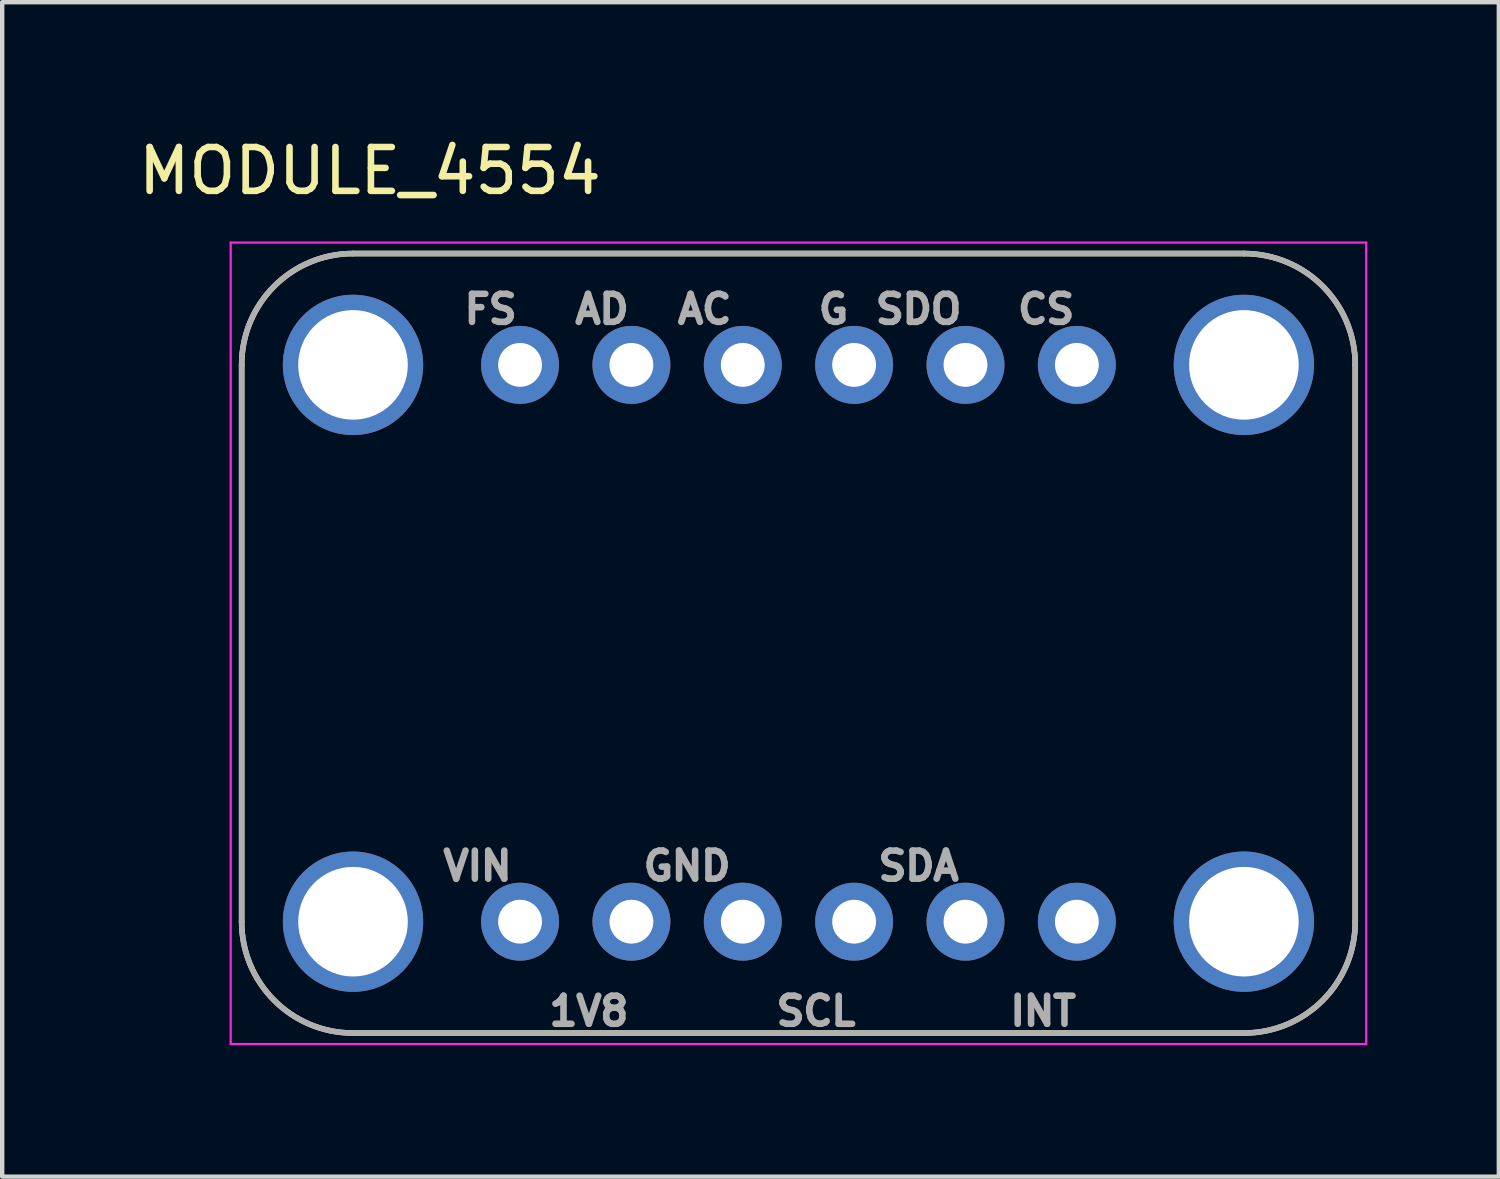
<source format=kicad_pcb>
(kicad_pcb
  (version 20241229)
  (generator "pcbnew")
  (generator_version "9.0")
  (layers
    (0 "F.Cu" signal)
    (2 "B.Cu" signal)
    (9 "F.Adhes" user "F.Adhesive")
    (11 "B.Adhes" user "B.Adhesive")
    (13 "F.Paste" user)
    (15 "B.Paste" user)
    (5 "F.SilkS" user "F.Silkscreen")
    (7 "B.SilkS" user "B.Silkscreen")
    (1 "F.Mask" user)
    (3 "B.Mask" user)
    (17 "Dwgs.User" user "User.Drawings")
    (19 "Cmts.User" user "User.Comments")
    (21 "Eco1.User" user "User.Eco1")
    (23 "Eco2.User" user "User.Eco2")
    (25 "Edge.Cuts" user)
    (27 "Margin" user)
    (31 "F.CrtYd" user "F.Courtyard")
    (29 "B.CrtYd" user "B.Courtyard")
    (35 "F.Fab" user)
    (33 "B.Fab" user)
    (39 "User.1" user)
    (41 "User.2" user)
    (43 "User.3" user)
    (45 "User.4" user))
  (footprint "MODULE_4554"
    (layer "F.Cu")
    (at 15.162 11.623)
    (property "Reference" "MODULE_4554" (at -9.775 -10.775 0) (layer "F.SilkS") (effects (font (size 1 1) (thickness 0.15))))
    (attr through_hole)
    (fp_line (start -12.7 6.35) (end -12.7 -6.35) (stroke (width 0.127) (type solid)) (layer "F.SilkS"))
    (fp_line (start -10.16 -8.89) (end 10.16 -8.89) (stroke (width 0.127) (type solid)) (layer "F.SilkS"))
    (fp_line (start 10.16 8.89) (end -10.16 8.89) (stroke (width 0.127) (type solid)) (layer "F.SilkS"))
    (fp_line (start 12.7 -6.35) (end 12.7 6.35) (stroke (width 0.127) (type solid)) (layer "F.SilkS"))
    (fp_arc (start -12.7 -6.35) (mid -11.956051 -8.146051) (end -10.16 -8.89) (stroke (width 0.127) (type solid)) (layer "F.SilkS"))
    (fp_arc (start -10.16 8.89) (mid -11.956051 8.146051) (end -12.7 6.35) (stroke (width 0.127) (type solid)) (layer "F.SilkS"))
    (fp_arc (start 10.16 -8.89) (mid 11.956051 -8.146051) (end 12.7 -6.35) (stroke (width 0.127) (type solid)) (layer "F.SilkS"))
    (fp_arc (start 12.7 6.35) (mid 11.956051 8.146051) (end 10.16 8.89) (stroke (width 0.127) (type solid)) (layer "F.SilkS"))
    (fp_line (start -12.95 -9.14) (end -12.95 9.14) (stroke (width 0.05) (type solid)) (layer "F.CrtYd"))
    (fp_line (start -12.95 9.14) (end 12.95 9.14) (stroke (width 0.05) (type solid)) (layer "F.CrtYd"))
    (fp_line (start 12.95 -9.14) (end -12.95 -9.14) (stroke (width 0.05) (type solid)) (layer "F.CrtYd"))
    (fp_line (start 12.95 9.14) (end 12.95 -9.14) (stroke (width 0.05) (type solid)) (layer "F.CrtYd"))
    (fp_line (start -12.7 6.35) (end -12.7 -6.35) (stroke (width 0.127) (type solid)) (layer "F.Fab"))
    (fp_line (start -10.16 -8.89) (end 10.16 -8.89) (stroke (width 0.127) (type solid)) (layer "F.Fab"))
    (fp_line (start 10.16 8.89) (end -10.16 8.89) (stroke (width 0.127) (type solid)) (layer "F.Fab"))
    (fp_line (start 12.7 -6.35) (end 12.7 6.35) (stroke (width 0.127) (type solid)) (layer "F.Fab"))
    (fp_arc (start -12.7 -6.35) (mid -11.956051 -8.146051) (end -10.16 -8.89) (stroke (width 0.127) (type solid)) (layer "F.Fab"))
    (fp_arc (start -10.16 8.89) (mid -11.956051 8.146051) (end -12.7 6.35) (stroke (width 0.127) (type solid)) (layer "F.Fab"))
    (fp_arc (start 10.16 -8.89) (mid 11.956051 -8.146051) (end 12.7 -6.35) (stroke (width 0.127) (type solid)) (layer "F.Fab"))
    (fp_arc (start 12.7 6.35) (mid 11.956051 8.146051) (end 10.16 8.89) (stroke (width 0.127) (type solid)) (layer "F.Fab"))
    (fp_text user "GND" (at -2.54 5.08 0) (layer "F.Fab") (effects (font (size 0.64 0.64) (thickness 0.15))))
    (fp_text user "1V8" (at -4.78 8.39 0) (layer "F.Fab") (effects (font (size 0.64 0.64) (thickness 0.15))))
    (fp_text user "AC" (at -2.14 -7.62 0) (layer "F.Fab") (effects (font (size 0.64 0.64) (thickness 0.15))))
    (fp_text user "INT" (at 5.58 8.39 0) (layer "F.Fab") (effects (font (size 0.64 0.64) (thickness 0.15))))
    (fp_text user "FS" (at -7.02 -7.62 0) (layer "F.Fab") (effects (font (size 0.64 0.64) (thickness 0.15))))
    (fp_text user "SCL" (at 0.4 8.39 0) (layer "F.Fab") (effects (font (size 0.64 0.64) (thickness 0.15))))
    (fp_text user "VIN" (at -7.32 5.08 0) (layer "F.Fab") (effects (font (size 0.64 0.64) (thickness 0.15))))
    (fp_text user "G" (at 0.8 -7.62 0) (layer "F.Fab") (effects (font (size 0.64 0.64) (thickness 0.15))))
    (fp_text user "CS" (at 5.65 -7.62 0) (layer "F.Fab") (effects (font (size 0.64 0.64) (thickness 0.15))))
    (fp_text user "SDA" (at 2.74 5.08 0) (layer "F.Fab") (effects (font (size 0.64 0.64) (thickness 0.15))))
    (fp_text user "AD" (at -4.48 -7.62 0) (layer "F.Fab") (effects (font (size 0.64 0.64) (thickness 0.15))))
    (fp_text user "SDO" (at 2.74 -7.62 0) (layer "F.Fab") (effects (font (size 0.64 0.64) (thickness 0.15))))
    (pad "JP1_1" thru_hole circle (at -6.35 6.35) (size 1.778 1.778) (drill 1) (layers "*.Cu" "*.Mask"))
    (pad "JP1_2" thru_hole circle (at -3.81 6.35) (size 1.778 1.778) (drill 1) (layers "*.Cu" "*.Mask"))
    (pad "JP1_3" thru_hole circle (at -1.27 6.35) (size 1.778 1.778) (drill 1) (layers "*.Cu" "*.Mask"))
    (pad "JP1_4" thru_hole circle (at 1.27 6.35) (size 1.778 1.778) (drill 1) (layers "*.Cu" "*.Mask"))
    (pad "JP1_5" thru_hole circle (at 3.81 6.35) (size 1.778 1.778) (drill 1) (layers "*.Cu" "*.Mask"))
    (pad "JP1_6" thru_hole circle (at 6.35 6.35) (size 1.778 1.778) (drill 1) (layers "*.Cu" "*.Mask"))
    (pad "JP3_1" thru_hole circle (at 6.35 -6.35) (size 1.778 1.778) (drill 1) (layers "*.Cu" "*.Mask"))
    (pad "JP3_2" thru_hole circle (at 3.81 -6.35) (size 1.778 1.778) (drill 1) (layers "*.Cu" "*.Mask"))
    (pad "JP3_3" thru_hole circle (at 1.27 -6.35) (size 1.778 1.778) (drill 1) (layers "*.Cu" "*.Mask"))
    (pad "JP3_4" thru_hole circle (at -1.27 -6.35) (size 1.778 1.778) (drill 1) (layers "*.Cu" "*.Mask"))
    (pad "JP3_5" thru_hole circle (at -3.81 -6.35) (size 1.778 1.778) (drill 1) (layers "*.Cu" "*.Mask"))
    (pad "JP3_6" thru_hole circle (at -6.35 -6.35) (size 1.778 1.778) (drill 1) (layers "*.Cu" "*.Mask"))
    (pad "SH1" thru_hole circle (at -10.16 -6.35) (size 3.2 3.2) (drill 2.5) (layers "*.Cu" "*.Mask"))
    (pad "SH2" thru_hole circle (at -10.16 6.35) (size 3.2 3.2) (drill 2.5) (layers "*.Cu" "*.Mask"))
    (pad "SH3" thru_hole circle (at 10.16 6.35) (size 3.2 3.2) (drill 2.5) (layers "*.Cu" "*.Mask"))
    (pad "SH4" thru_hole circle (at 10.16 -6.35) (size 3.2 3.2) (drill 2.5) (layers "*.Cu" "*.Mask")))
  (gr_rect
    (start -3 -3)
    (end 31.137 23.788)
    (stroke (width 0.1) (type default))
    (fill no)
    (layer "Edge.Cuts")))
</source>
